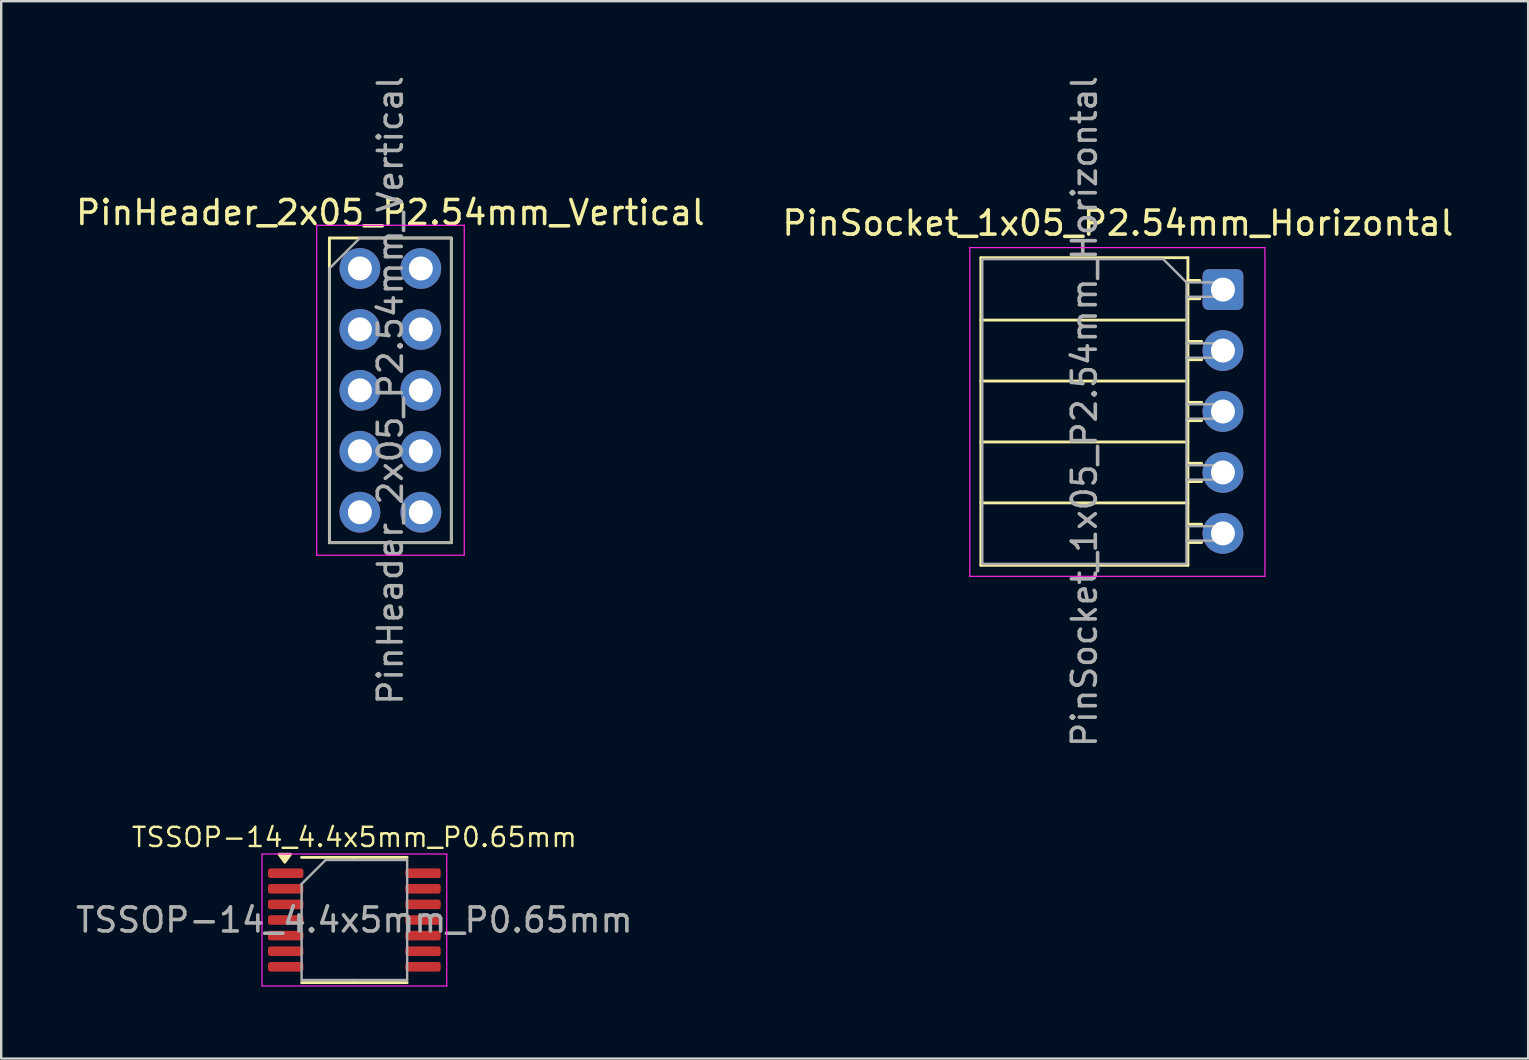
<source format=kicad_pcb>
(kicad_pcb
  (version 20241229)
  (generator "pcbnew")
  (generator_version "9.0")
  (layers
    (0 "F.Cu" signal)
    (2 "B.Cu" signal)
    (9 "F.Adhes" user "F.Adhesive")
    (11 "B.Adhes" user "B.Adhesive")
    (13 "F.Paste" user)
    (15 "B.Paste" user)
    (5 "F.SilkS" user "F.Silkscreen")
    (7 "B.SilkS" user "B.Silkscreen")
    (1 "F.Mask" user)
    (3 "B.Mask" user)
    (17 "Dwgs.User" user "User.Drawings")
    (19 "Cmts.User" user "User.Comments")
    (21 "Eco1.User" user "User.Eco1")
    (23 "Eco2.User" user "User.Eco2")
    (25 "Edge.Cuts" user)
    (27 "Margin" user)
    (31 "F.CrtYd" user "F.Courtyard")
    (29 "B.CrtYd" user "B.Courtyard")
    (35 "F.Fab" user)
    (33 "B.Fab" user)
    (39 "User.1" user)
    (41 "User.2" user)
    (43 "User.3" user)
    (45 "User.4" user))
  (footprint "TSSOP-14_4.4x5mm_P0.65mm"
    (layer "F.Cu")
    (at 11.72 35.296)
    (property "Reference" "TSSOP-14_4.4x5mm_P0.65mm" (at 0 -3.45 0) (unlocked yes) (layer "F.SilkS") (effects (font (size 0.8 0.8) (thickness 0.1))))
    (attr smd)
    (fp_line (start 0 -2.61) (end -2.2 -2.61) (stroke (width 0.12) (type solid)) (layer "F.SilkS"))
    (fp_line (start 0 -2.61) (end 2.2 -2.61) (stroke (width 0.12) (type solid)) (layer "F.SilkS"))
    (fp_line (start 0 2.61) (end -2.2 2.61) (stroke (width 0.12) (type solid)) (layer "F.SilkS"))
    (fp_line (start 0 2.61) (end 2.2 2.61) (stroke (width 0.12) (type solid)) (layer "F.SilkS"))
    (fp_poly (pts (xy -2.9 -2.41) (xy -3.14 -2.74) (xy -2.66 -2.74) (xy -2.9 -2.41)) (stroke (width 0.12) (type solid)) (fill yes) (layer "F.SilkS"))
    (fp_line (start -3.85 -2.75) (end -3.85 2.75) (stroke (width 0.05) (type solid)) (layer "F.CrtYd"))
    (fp_line (start -3.85 2.75) (end 3.85 2.75) (stroke (width 0.05) (type solid)) (layer "F.CrtYd"))
    (fp_line (start 3.85 -2.75) (end -3.85 -2.75) (stroke (width 0.05) (type solid)) (layer "F.CrtYd"))
    (fp_line (start 3.85 2.75) (end 3.85 -2.75) (stroke (width 0.05) (type solid)) (layer "F.CrtYd"))
    (fp_line (start -2.2 -1.5) (end -1.2 -2.5) (stroke (width 0.1) (type solid)) (layer "F.Fab"))
    (fp_line (start -2.2 2.5) (end -2.2 -1.5) (stroke (width 0.1) (type solid)) (layer "F.Fab"))
    (fp_line (start -1.2 -2.5) (end 2.2 -2.5) (stroke (width 0.1) (type solid)) (layer "F.Fab"))
    (fp_line (start 2.2 -2.5) (end 2.2 2.5) (stroke (width 0.1) (type solid)) (layer "F.Fab"))
    (fp_line (start 2.2 2.5) (end -2.2 2.5) (stroke (width 0.1) (type solid)) (layer "F.Fab"))
    (fp_text user "${REFERENCE}" (at 0 0 0) (layer "F.Fab") (effects (font (size 1 1) (thickness 0.15))))
    (pad "1" smd roundrect (at -2.862 -1.95) (size 1.475 0.4) (layers "F.Cu" "F.Mask" "F.Paste") (roundrect_rratio 0.25))
    (pad "2" smd roundrect (at -2.862 -1.3) (size 1.475 0.4) (layers "F.Cu" "F.Mask" "F.Paste") (roundrect_rratio 0.25))
    (pad "3" smd roundrect (at -2.862 -0.65) (size 1.475 0.4) (layers "F.Cu" "F.Mask" "F.Paste") (roundrect_rratio 0.25))
    (pad "4" smd roundrect (at -2.862 0) (size 1.475 0.4) (layers "F.Cu" "F.Mask" "F.Paste") (roundrect_rratio 0.25))
    (pad "5" smd roundrect (at -2.862 0.65) (size 1.475 0.4) (layers "F.Cu" "F.Mask" "F.Paste") (roundrect_rratio 0.25))
    (pad "6" smd roundrect (at -2.862 1.3) (size 1.475 0.4) (layers "F.Cu" "F.Mask" "F.Paste") (roundrect_rratio 0.25))
    (pad "7" smd roundrect (at -2.862 1.95) (size 1.475 0.4) (layers "F.Cu" "F.Mask" "F.Paste") (roundrect_rratio 0.25))
    (pad "8" smd roundrect (at 2.862 1.95) (size 1.475 0.4) (layers "F.Cu" "F.Mask" "F.Paste") (roundrect_rratio 0.25))
    (pad "9" smd roundrect (at 2.862 1.3) (size 1.475 0.4) (layers "F.Cu" "F.Mask" "F.Paste") (roundrect_rratio 0.25))
    (pad "10" smd roundrect (at 2.862 0.65) (size 1.475 0.4) (layers "F.Cu" "F.Mask" "F.Paste") (roundrect_rratio 0.25))
    (pad "11" smd roundrect (at 2.862 0) (size 1.475 0.4) (layers "F.Cu" "F.Mask" "F.Paste") (roundrect_rratio 0.25))
    (pad "12" smd roundrect (at 2.862 -0.65) (size 1.475 0.4) (layers "F.Cu" "F.Mask" "F.Paste") (roundrect_rratio 0.25))
    (pad "13" smd roundrect (at 2.862 -1.3) (size 1.475 0.4) (layers "F.Cu" "F.Mask" "F.Paste") (roundrect_rratio 0.25))
    (pad "14" smd roundrect (at 2.862 -1.95) (size 1.475 0.4) (layers "F.Cu" "F.Mask" "F.Paste") (roundrect_rratio 0.25)))
  (footprint "PinHeader_2x05_P2.54mm_Vertical"
    (layer "F.Cu")
    (at 11.95 8.14)
    (property "Reference" "PinHeader_2x05_P2.54mm_Vertical" (at 1.27 -2.33 0) (layer "F.SilkS") (effects (font (size 1 1) (thickness 0.15))))
    (attr through_hole)
    (fp_line (start -1.27 -1.27) (end -1.27 11.43) (stroke (width 0.12) (type solid)) (layer "F.SilkS"))
    (fp_line (start -1.27 -1.27) (end 3.81 -1.27) (stroke (width 0.12) (type solid)) (layer "F.SilkS"))
    (fp_line (start -1.27 11.43) (end 3.81 11.43) (stroke (width 0.12) (type solid)) (layer "F.SilkS"))
    (fp_line (start 3.81 -1.27) (end 3.81 11.43) (stroke (width 0.12) (type solid)) (layer "F.SilkS"))
    (fp_line (start -1.8 -1.8) (end -1.8 11.95) (stroke (width 0.05) (type solid)) (layer "F.CrtYd"))
    (fp_line (start -1.8 11.95) (end 4.35 11.95) (stroke (width 0.05) (type solid)) (layer "F.CrtYd"))
    (fp_line (start 4.35 -1.8) (end -1.8 -1.8) (stroke (width 0.05) (type solid)) (layer "F.CrtYd"))
    (fp_line (start 4.35 11.95) (end 4.35 -1.8) (stroke (width 0.05) (type solid)) (layer "F.CrtYd"))
    (fp_line (start -1.27 0) (end 0 -1.27) (stroke (width 0.1) (type solid)) (layer "F.Fab"))
    (fp_line (start -1.27 11.43) (end -1.27 0) (stroke (width 0.1) (type solid)) (layer "F.Fab"))
    (fp_line (start 0 -1.27) (end 3.81 -1.27) (stroke (width 0.1) (type solid)) (layer "F.Fab"))
    (fp_line (start 3.81 -1.27) (end 3.81 11.43) (stroke (width 0.1) (type solid)) (layer "F.Fab"))
    (fp_line (start 3.81 11.43) (end -1.27 11.43) (stroke (width 0.1) (type solid)) (layer "F.Fab"))
    (fp_text user "${REFERENCE}" (at 1.27 5.08 90) (layer "F.Fab") (effects (font (size 1 1) (thickness 0.15))))
    (pad "1" thru_hole circle (at 0 0) (size 1.7 1.7) (drill 1) (layers "*.Cu" "*.Mask"))
    (pad "2" thru_hole circle (at 2.54 0) (size 1.7 1.7) (drill 1) (layers "*.Cu" "*.Mask"))
    (pad "3" thru_hole circle (at 0 2.54) (size 1.7 1.7) (drill 1) (layers "*.Cu" "*.Mask"))
    (pad "4" thru_hole circle (at 2.54 2.54) (size 1.7 1.7) (drill 1) (layers "*.Cu" "*.Mask"))
    (pad "5" thru_hole circle (at 0 5.08) (size 1.7 1.7) (drill 1) (layers "*.Cu" "*.Mask"))
    (pad "6" thru_hole circle (at 2.54 5.08) (size 1.7 1.7) (drill 1) (layers "*.Cu" "*.Mask"))
    (pad "7" thru_hole circle (at 0 7.62) (size 1.7 1.7) (drill 1) (layers "*.Cu" "*.Mask"))
    (pad "8" thru_hole circle (at 2.54 7.62) (size 1.7 1.7) (drill 1) (layers "*.Cu" "*.Mask"))
    (pad "9" thru_hole circle (at 0 10.16) (size 1.7 1.7) (drill 1) (layers "*.Cu" "*.Mask"))
    (pad "10" thru_hole circle (at 2.54 10.16) (size 1.7 1.7) (drill 1) (layers "*.Cu" "*.Mask")))
  (footprint "PinSocket_1x05_P2.54mm_Horizontal"
    (layer "F.Cu")
    (at 47.922 9.021)
    (property "Reference" "PinSocket_1x05_P2.54mm_Horizontal" (at -4.38 -2.77 0) (layer "F.SilkS") (effects (font (size 1 1) (thickness 0.15))))
    (attr through_hole)
    (fp_line (start -10.09 -1.33) (end -10.09 11.49) (stroke (width 0.12) (type solid)) (layer "F.SilkS"))
    (fp_line (start -10.09 -1.33) (end -1.46 -1.33) (stroke (width 0.12) (type solid)) (layer "F.SilkS"))
    (fp_line (start -10.09 1.27) (end -1.46 1.27) (stroke (width 0.12) (type solid)) (layer "F.SilkS"))
    (fp_line (start -10.09 3.81) (end -1.46 3.81) (stroke (width 0.12) (type solid)) (layer "F.SilkS"))
    (fp_line (start -10.09 6.35) (end -1.46 6.35) (stroke (width 0.12) (type solid)) (layer "F.SilkS"))
    (fp_line (start -10.09 8.89) (end -1.46 8.89) (stroke (width 0.12) (type solid)) (layer "F.SilkS"))
    (fp_line (start -10.09 11.49) (end -1.46 11.49) (stroke (width 0.12) (type solid)) (layer "F.SilkS"))
    (fp_line (start -1.46 -1.33) (end -1.46 11.49) (stroke (width 0.12) (type solid)) (layer "F.SilkS"))
    (fp_line (start -1.46 -0.381) (end -0.965 -0.381) (stroke (width 0.12) (type solid)) (layer "F.SilkS"))
    (fp_line (start -1.46 0.381) (end -0.965 0.381) (stroke (width 0.12) (type solid)) (layer "F.SilkS"))
    (fp_line (start -1.46 2.159) (end -0.889 2.159) (stroke (width 0.12) (type solid)) (layer "F.SilkS"))
    (fp_line (start -1.46 2.921) (end -0.889 2.921) (stroke (width 0.12) (type solid)) (layer "F.SilkS"))
    (fp_line (start -1.46 4.699) (end -0.889 4.699) (stroke (width 0.12) (type solid)) (layer "F.SilkS"))
    (fp_line (start -1.46 5.461) (end -0.889 5.461) (stroke (width 0.12) (type solid)) (layer "F.SilkS"))
    (fp_line (start -1.46 7.239) (end -0.889 7.239) (stroke (width 0.12) (type solid)) (layer "F.SilkS"))
    (fp_line (start -1.46 8.001) (end -0.889 8.001) (stroke (width 0.12) (type solid)) (layer "F.SilkS"))
    (fp_line (start -1.46 9.779) (end -0.889 9.779) (stroke (width 0.12) (type solid)) (layer "F.SilkS"))
    (fp_line (start -1.46 10.541) (end -0.889 10.541) (stroke (width 0.12) (type solid)) (layer "F.SilkS"))
    (fp_line (start -10.55 -1.75) (end -10.55 11.95) (stroke (width 0.05) (type solid)) (layer "F.CrtYd"))
    (fp_line (start -10.55 11.95) (end 1.75 11.95) (stroke (width 0.05) (type solid)) (layer "F.CrtYd"))
    (fp_line (start 1.75 -1.75) (end -10.55 -1.75) (stroke (width 0.05) (type solid)) (layer "F.CrtYd"))
    (fp_line (start 1.75 11.95) (end 1.75 -1.75) (stroke (width 0.05) (type solid)) (layer "F.CrtYd"))
    (fp_line (start -10.03 -1.27) (end -2.49 -1.27) (stroke (width 0.1) (type solid)) (layer "F.Fab"))
    (fp_line (start -10.03 11.43) (end -10.03 -1.27) (stroke (width 0.1) (type solid)) (layer "F.Fab"))
    (fp_line (start -2.49 -1.27) (end -1.52 -0.3) (stroke (width 0.1) (type solid)) (layer "F.Fab"))
    (fp_line (start -1.52 -0.3) (end -1.52 11.43) (stroke (width 0.1) (type solid)) (layer "F.Fab"))
    (fp_line (start -1.52 0.3) (end 0 0.3) (stroke (width 0.1) (type solid)) (layer "F.Fab"))
    (fp_line (start -1.52 2.84) (end 0 2.84) (stroke (width 0.1) (type solid)) (layer "F.Fab"))
    (fp_line (start -1.52 5.38) (end 0 5.38) (stroke (width 0.1) (type solid)) (layer "F.Fab"))
    (fp_line (start -1.52 7.92) (end 0 7.92) (stroke (width 0.1) (type solid)) (layer "F.Fab"))
    (fp_line (start -1.52 10.46) (end 0 10.46) (stroke (width 0.1) (type solid)) (layer "F.Fab"))
    (fp_line (start -1.52 11.43) (end -10.03 11.43) (stroke (width 0.1) (type solid)) (layer "F.Fab"))
    (fp_line (start 0 -0.3) (end -1.52 -0.3) (stroke (width 0.1) (type solid)) (layer "F.Fab"))
    (fp_line (start 0 0.3) (end 0 -0.3) (stroke (width 0.1) (type solid)) (layer "F.Fab"))
    (fp_line (start 0 2.24) (end -1.52 2.24) (stroke (width 0.1) (type solid)) (layer "F.Fab"))
    (fp_line (start 0 2.84) (end 0 2.24) (stroke (width 0.1) (type solid)) (layer "F.Fab"))
    (fp_line (start 0 4.78) (end -1.52 4.78) (stroke (width 0.1) (type solid)) (layer "F.Fab"))
    (fp_line (start 0 5.38) (end 0 4.78) (stroke (width 0.1) (type solid)) (layer "F.Fab"))
    (fp_line (start 0 7.32) (end -1.52 7.32) (stroke (width 0.1) (type solid)) (layer "F.Fab"))
    (fp_line (start 0 7.92) (end 0 7.32) (stroke (width 0.1) (type solid)) (layer "F.Fab"))
    (fp_line (start 0 9.86) (end -1.52 9.86) (stroke (width 0.1) (type solid)) (layer "F.Fab"))
    (fp_line (start 0 10.46) (end 0 9.86) (stroke (width 0.1) (type solid)) (layer "F.Fab"))
    (fp_text user "${REFERENCE}" (at -5.775 5.08 90) (layer "F.Fab") (effects (font (size 1 1) (thickness 0.15))))
    (pad "1" thru_hole roundrect (at 0 0) (size 1.7 1.7) (drill 1) (layers "*.Cu" "*.Mask") (roundrect_rratio 0.147))
    (pad "2" thru_hole oval (at 0 2.54) (size 1.7 1.7) (drill 1) (layers "*.Cu" "*.Mask"))
    (pad "3" thru_hole oval (at 0 5.08) (size 1.7 1.7) (drill 1) (layers "*.Cu" "*.Mask"))
    (pad "4" thru_hole oval (at 0 7.62) (size 1.7 1.7) (drill 1) (layers "*.Cu" "*.Mask"))
    (pad "5" thru_hole oval (at 0 10.16) (size 1.7 1.7) (drill 1) (layers "*.Cu" "*.Mask")))
  (gr_rect
    (start -3 -3)
    (end 60.643 41.071)
    (stroke (width 0.1) (type default))
    (fill no)
    (layer "Edge.Cuts")))
</source>
